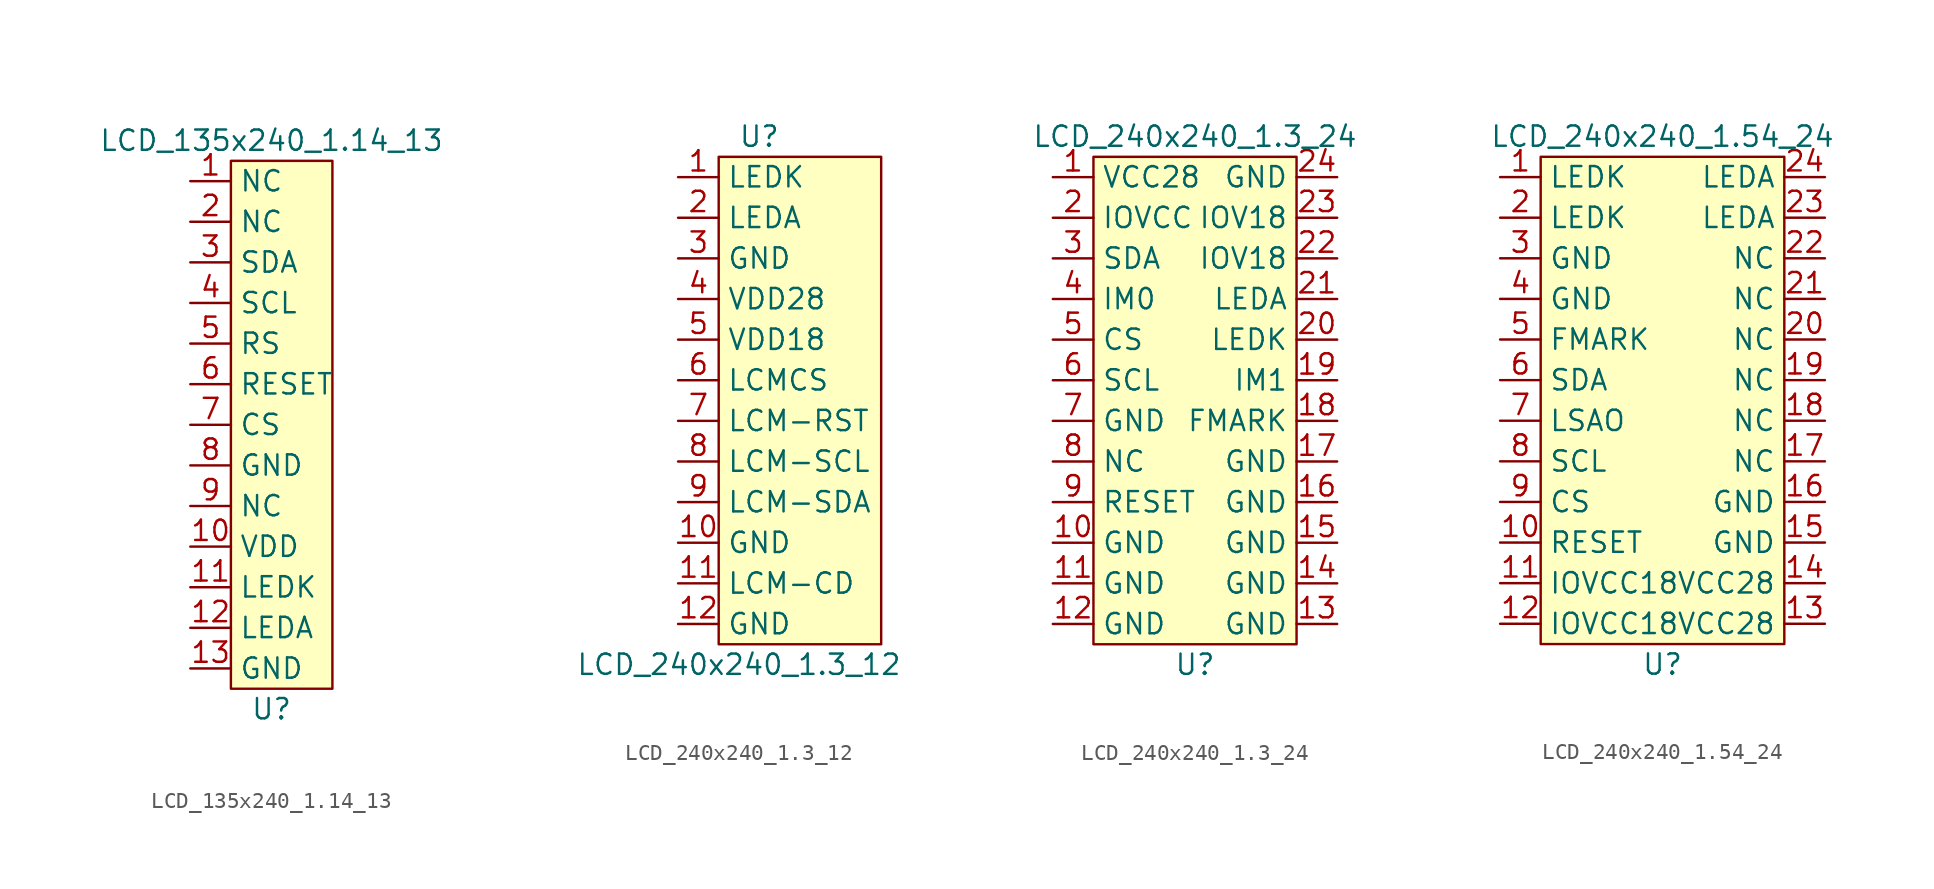
<source format=kicad_sym>
(kicad_symbol_lib
  (version 20220914)
  (generator kicad_symbol_editor)
  (symbol "LCD_135x240_1.14_13"
    (property "Reference" "U"
      (at 0 -17.78 0)
      (effects (font (size 1.27 1.27))))
    (property "Value" "LCD_135x240_1.14_13"
      (at 0 17.78 0)
      (effects (font (size 1.27 1.27))))
    (symbol "LCD_135x240_1.14_13_0_1"
      (rectangle (start -2.54 16.51) (end 3.81 -16.51) (stroke (width 0.152) (type default)) (fill (type background))))
    (symbol "LCD_135x240_1.14_13_1_1"
      (pin bidirectional line (at -5.08 15.24 0) (length 2.54) (name "NC" (effects (font (size 1.27 1.27)))) (number "1" (effects (font (size 1.27 1.27)))))
      (pin bidirectional line (at -5.08 -7.62 0) (length 2.54) (name "VDD" (effects (font (size 1.27 1.27)))) (number "10" (effects (font (size 1.27 1.27)))))
      (pin bidirectional line (at -5.08 -10.16 0) (length 2.54) (name "LEDK" (effects (font (size 1.27 1.27)))) (number "11" (effects (font (size 1.27 1.27)))))
      (pin bidirectional line (at -5.08 -12.7 0) (length 2.54) (name "LEDA" (effects (font (size 1.27 1.27)))) (number "12" (effects (font (size 1.27 1.27)))))
      (pin bidirectional line (at -5.08 -15.24 0) (length 2.54) (name "GND" (effects (font (size 1.27 1.27)))) (number "13" (effects (font (size 1.27 1.27)))))
      (pin bidirectional line (at -5.08 12.7 0) (length 2.54) (name "NC" (effects (font (size 1.27 1.27)))) (number "2" (effects (font (size 1.27 1.27)))))
      (pin bidirectional line (at -5.08 10.16 0) (length 2.54) (name "SDA" (effects (font (size 1.27 1.27)))) (number "3" (effects (font (size 1.27 1.27)))))
      (pin bidirectional line (at -5.08 7.62 0) (length 2.54) (name "SCL" (effects (font (size 1.27 1.27)))) (number "4" (effects (font (size 1.27 1.27)))))
      (pin bidirectional line (at -5.08 5.08 0) (length 2.54) (name "RS" (effects (font (size 1.27 1.27)))) (number "5" (effects (font (size 1.27 1.27)))))
      (pin bidirectional line (at -5.08 2.54 0) (length 2.54) (name "RESET" (effects (font (size 1.27 1.27)))) (number "6" (effects (font (size 1.27 1.27)))))
      (pin bidirectional line (at -5.08 0 0) (length 2.54) (name "CS" (effects (font (size 1.27 1.27)))) (number "7" (effects (font (size 1.27 1.27)))))
      (pin bidirectional line (at -5.08 -2.54 0) (length 2.54) (name "GND" (effects (font (size 1.27 1.27)))) (number "8" (effects (font (size 1.27 1.27)))))
      (pin bidirectional line (at -5.08 -5.08 0) (length 2.54) (name "NC" (effects (font (size 1.27 1.27)))) (number "9" (effects (font (size 1.27 1.27)))))))
  (symbol "LCD_240x240_1.3_12"
    (property "Reference" "U"
      (at 0 16.51 0)
      (effects (font (size 1.27 1.27))))
    (property "Value" "LCD_240x240_1.3_12"
      (at -1.27 -16.51 0)
      (effects (font (size 1.27 1.27))))
    (symbol "LCD_240x240_1.3_12_0_1"
      (rectangle (start -2.54 15.24) (end 7.62 -15.24) (stroke (width 0.152) (type default)) (fill (type background))))
    (symbol "LCD_240x240_1.3_12_1_1"
      (pin bidirectional line (at -5.08 13.97 0) (length 2.54) (name "LEDK" (effects (font (size 1.27 1.27)))) (number "1" (effects (font (size 1.27 1.27)))))
      (pin bidirectional line (at -5.08 -8.89 0) (length 2.54) (name "GND" (effects (font (size 1.27 1.27)))) (number "10" (effects (font (size 1.27 1.27)))))
      (pin bidirectional line (at -5.08 -11.43 0) (length 2.54) (name "LCM-CD" (effects (font (size 1.27 1.27)))) (number "11" (effects (font (size 1.27 1.27)))))
      (pin bidirectional line (at -5.08 -13.97 0) (length 2.54) (name "GND" (effects (font (size 1.27 1.27)))) (number "12" (effects (font (size 1.27 1.27)))))
      (pin bidirectional line (at -5.08 11.43 0) (length 2.54) (name "LEDA" (effects (font (size 1.27 1.27)))) (number "2" (effects (font (size 1.27 1.27)))))
      (pin bidirectional line (at -5.08 8.89 0) (length 2.54) (name "GND" (effects (font (size 1.27 1.27)))) (number "3" (effects (font (size 1.27 1.27)))))
      (pin bidirectional line (at -5.08 6.35 0) (length 2.54) (name "VDD28" (effects (font (size 1.27 1.27)))) (number "4" (effects (font (size 1.27 1.27)))))
      (pin bidirectional line (at -5.08 3.81 0) (length 2.54) (name "VDD18" (effects (font (size 1.27 1.27)))) (number "5" (effects (font (size 1.27 1.27)))))
      (pin bidirectional line (at -5.08 1.27 0) (length 2.54) (name "LCMCS" (effects (font (size 1.27 1.27)))) (number "6" (effects (font (size 1.27 1.27)))))
      (pin bidirectional line (at -5.08 -1.27 0) (length 2.54) (name "LCM-RST" (effects (font (size 1.27 1.27)))) (number "7" (effects (font (size 1.27 1.27)))))
      (pin bidirectional line (at -5.08 -3.81 0) (length 2.54) (name "LCM-SCL" (effects (font (size 1.27 1.27)))) (number "8" (effects (font (size 1.27 1.27)))))
      (pin bidirectional line (at -5.08 -6.35 0) (length 2.54) (name "LCM-SDA" (effects (font (size 1.27 1.27)))) (number "9" (effects (font (size 1.27 1.27)))))))
  (symbol "LCD_240x240_1.3_24"
    (property "Reference" "U"
      (at 0 -16.51 0)
      (effects (font (size 1.27 1.27))))
    (property "Value" "LCD_240x240_1.3_24"
      (at 0 16.51 0)
      (effects (font (size 1.27 1.27))))
    (symbol "LCD_240x240_1.3_24_0_1"
      (rectangle (start -6.35 15.24) (end 6.35 -15.24) (stroke (width 0.152) (type default)) (fill (type background))))
    (symbol "LCD_240x240_1.3_24_1_1"
      (pin bidirectional line (at -8.89 13.97 0) (length 2.54) (name "VCC28" (effects (font (size 1.27 1.27)))) (number "1" (effects (font (size 1.27 1.27)))))
      (pin bidirectional line (at -8.89 -8.89 0) (length 2.54) (name "GND" (effects (font (size 1.27 1.27)))) (number "10" (effects (font (size 1.27 1.27)))))
      (pin bidirectional line (at -8.89 -11.43 0) (length 2.54) (name "GND" (effects (font (size 1.27 1.27)))) (number "11" (effects (font (size 1.27 1.27)))))
      (pin bidirectional line (at -8.89 -13.97 0) (length 2.54) (name "GND" (effects (font (size 1.27 1.27)))) (number "12" (effects (font (size 1.27 1.27)))))
      (pin bidirectional line (at 8.89 -13.97 180) (length 2.54) (name "GND" (effects (font (size 1.27 1.27)))) (number "13" (effects (font (size 1.27 1.27)))))
      (pin bidirectional line (at 8.89 -11.43 180) (length 2.54) (name "GND" (effects (font (size 1.27 1.27)))) (number "14" (effects (font (size 1.27 1.27)))))
      (pin bidirectional line (at 8.89 -8.89 180) (length 2.54) (name "GND" (effects (font (size 1.27 1.27)))) (number "15" (effects (font (size 1.27 1.27)))))
      (pin bidirectional line (at 8.89 -6.35 180) (length 2.54) (name "GND" (effects (font (size 1.27 1.27)))) (number "16" (effects (font (size 1.27 1.27)))))
      (pin bidirectional line (at 8.89 -3.81 180) (length 2.54) (name "GND" (effects (font (size 1.27 1.27)))) (number "17" (effects (font (size 1.27 1.27)))))
      (pin bidirectional line (at 8.89 -1.27 180) (length 2.54) (name "FMARK" (effects (font (size 1.27 1.27)))) (number "18" (effects (font (size 1.27 1.27)))))
      (pin bidirectional line (at 8.89 1.27 180) (length 2.54) (name "IM1" (effects (font (size 1.27 1.27)))) (number "19" (effects (font (size 1.27 1.27)))))
      (pin bidirectional line (at -8.89 11.43 0) (length 2.54) (name "IOVCC" (effects (font (size 1.27 1.27)))) (number "2" (effects (font (size 1.27 1.27)))))
      (pin bidirectional line (at 8.89 3.81 180) (length 2.54) (name "LEDK" (effects (font (size 1.27 1.27)))) (number "20" (effects (font (size 1.27 1.27)))))
      (pin bidirectional line (at 8.89 6.35 180) (length 2.54) (name "LEDA" (effects (font (size 1.27 1.27)))) (number "21" (effects (font (size 1.27 1.27)))))
      (pin bidirectional line (at 8.89 8.89 180) (length 2.54) (name "IOV18" (effects (font (size 1.27 1.27)))) (number "22" (effects (font (size 1.27 1.27)))))
      (pin bidirectional line (at 8.89 11.43 180) (length 2.54) (name "IOV18" (effects (font (size 1.27 1.27)))) (number "23" (effects (font (size 1.27 1.27)))))
      (pin bidirectional line (at 8.89 13.97 180) (length 2.54) (name "GND" (effects (font (size 1.27 1.27)))) (number "24" (effects (font (size 1.27 1.27)))))
      (pin bidirectional line (at -8.89 8.89 0) (length 2.54) (name "SDA" (effects (font (size 1.27 1.27)))) (number "3" (effects (font (size 1.27 1.27)))))
      (pin bidirectional line (at -8.89 6.35 0) (length 2.54) (name "IM0" (effects (font (size 1.27 1.27)))) (number "4" (effects (font (size 1.27 1.27)))))
      (pin bidirectional line (at -8.89 3.81 0) (length 2.54) (name "CS" (effects (font (size 1.27 1.27)))) (number "5" (effects (font (size 1.27 1.27)))))
      (pin bidirectional line (at -8.89 1.27 0) (length 2.54) (name "SCL" (effects (font (size 1.27 1.27)))) (number "6" (effects (font (size 1.27 1.27)))))
      (pin bidirectional line (at -8.89 -1.27 0) (length 2.54) (name "GND" (effects (font (size 1.27 1.27)))) (number "7" (effects (font (size 1.27 1.27)))))
      (pin bidirectional line (at -8.89 -3.81 0) (length 2.54) (name "NC" (effects (font (size 1.27 1.27)))) (number "8" (effects (font (size 1.27 1.27)))))
      (pin bidirectional line (at -8.89 -6.35 0) (length 2.54) (name "RESET" (effects (font (size 1.27 1.27)))) (number "9" (effects (font (size 1.27 1.27)))))))
  (symbol "LCD_240x240_1.54_24"
    (property "Reference" "U"
      (at 0 -16.51 0)
      (effects (font (size 1.27 1.27))))
    (property "Value" "LCD_240x240_1.54_24"
      (at 0 16.51 0)
      (effects (font (size 1.27 1.27))))
    (symbol "LCD_240x240_1.54_24_0_1"
      (rectangle (start -7.62 15.24) (end 7.62 -15.24) (stroke (width 0.152) (type default)) (fill (type background))))
    (symbol "LCD_240x240_1.54_24_1_1"
      (pin bidirectional line (at -10.16 13.97 0) (length 2.54) (name "LEDK" (effects (font (size 1.27 1.27)))) (number "1" (effects (font (size 1.27 1.27)))))
      (pin bidirectional line (at -10.16 -8.89 0) (length 2.54) (name "RESET" (effects (font (size 1.27 1.27)))) (number "10" (effects (font (size 1.27 1.27)))))
      (pin bidirectional line (at -10.16 -11.43 0) (length 2.54) (name "IOVCC18" (effects (font (size 1.27 1.27)))) (number "11" (effects (font (size 1.27 1.27)))))
      (pin bidirectional line (at -10.16 -13.97 0) (length 2.54) (name "IOVCC18" (effects (font (size 1.27 1.27)))) (number "12" (effects (font (size 1.27 1.27)))))
      (pin bidirectional line (at 10.16 -13.97 180) (length 2.54) (name "VCC28" (effects (font (size 1.27 1.27)))) (number "13" (effects (font (size 1.27 1.27)))))
      (pin bidirectional line (at 10.16 -11.43 180) (length 2.54) (name "VCC28" (effects (font (size 1.27 1.27)))) (number "14" (effects (font (size 1.27 1.27)))))
      (pin bidirectional line (at 10.16 -8.89 180) (length 2.54) (name "GND" (effects (font (size 1.27 1.27)))) (number "15" (effects (font (size 1.27 1.27)))))
      (pin bidirectional line (at 10.16 -6.35 180) (length 2.54) (name "GND" (effects (font (size 1.27 1.27)))) (number "16" (effects (font (size 1.27 1.27)))))
      (pin bidirectional line (at 10.16 -3.81 180) (length 2.54) (name "NC" (effects (font (size 1.27 1.27)))) (number "17" (effects (font (size 1.27 1.27)))))
      (pin bidirectional line (at 10.16 -1.27 180) (length 2.54) (name "NC" (effects (font (size 1.27 1.27)))) (number "18" (effects (font (size 1.27 1.27)))))
      (pin bidirectional line (at 10.16 1.27 180) (length 2.54) (name "NC" (effects (font (size 1.27 1.27)))) (number "19" (effects (font (size 1.27 1.27)))))
      (pin bidirectional line (at -10.16 11.43 0) (length 2.54) (name "LEDK" (effects (font (size 1.27 1.27)))) (number "2" (effects (font (size 1.27 1.27)))))
      (pin bidirectional line (at 10.16 3.81 180) (length 2.54) (name "NC" (effects (font (size 1.27 1.27)))) (number "20" (effects (font (size 1.27 1.27)))))
      (pin bidirectional line (at 10.16 6.35 180) (length 2.54) (name "NC" (effects (font (size 1.27 1.27)))) (number "21" (effects (font (size 1.27 1.27)))))
      (pin bidirectional line (at 10.16 8.89 180) (length 2.54) (name "NC" (effects (font (size 1.27 1.27)))) (number "22" (effects (font (size 1.27 1.27)))))
      (pin bidirectional line (at 10.16 11.43 180) (length 2.54) (name "LEDA" (effects (font (size 1.27 1.27)))) (number "23" (effects (font (size 1.27 1.27)))))
      (pin bidirectional line (at 10.16 13.97 180) (length 2.54) (name "LEDA" (effects (font (size 1.27 1.27)))) (number "24" (effects (font (size 1.27 1.27)))))
      (pin bidirectional line (at -10.16 8.89 0) (length 2.54) (name "GND" (effects (font (size 1.27 1.27)))) (number "3" (effects (font (size 1.27 1.27)))))
      (pin bidirectional line (at -10.16 6.35 0) (length 2.54) (name "GND" (effects (font (size 1.27 1.27)))) (number "4" (effects (font (size 1.27 1.27)))))
      (pin bidirectional line (at -10.16 3.81 0) (length 2.54) (name "FMARK" (effects (font (size 1.27 1.27)))) (number "5" (effects (font (size 1.27 1.27)))))
      (pin bidirectional line (at -10.16 1.27 0) (length 2.54) (name "SDA" (effects (font (size 1.27 1.27)))) (number "6" (effects (font (size 1.27 1.27)))))
      (pin bidirectional line (at -10.16 -1.27 0) (length 2.54) (name "LSAO" (effects (font (size 1.27 1.27)))) (number "7" (effects (font (size 1.27 1.27)))))
      (pin bidirectional line (at -10.16 -3.81 0) (length 2.54) (name "SCL" (effects (font (size 1.27 1.27)))) (number "8" (effects (font (size 1.27 1.27)))))
      (pin bidirectional line (at -10.16 -6.35 0) (length 2.54) (name "CS" (effects (font (size 1.27 1.27)))) (number "9" (effects (font (size 1.27 1.27))))))))
</source>
